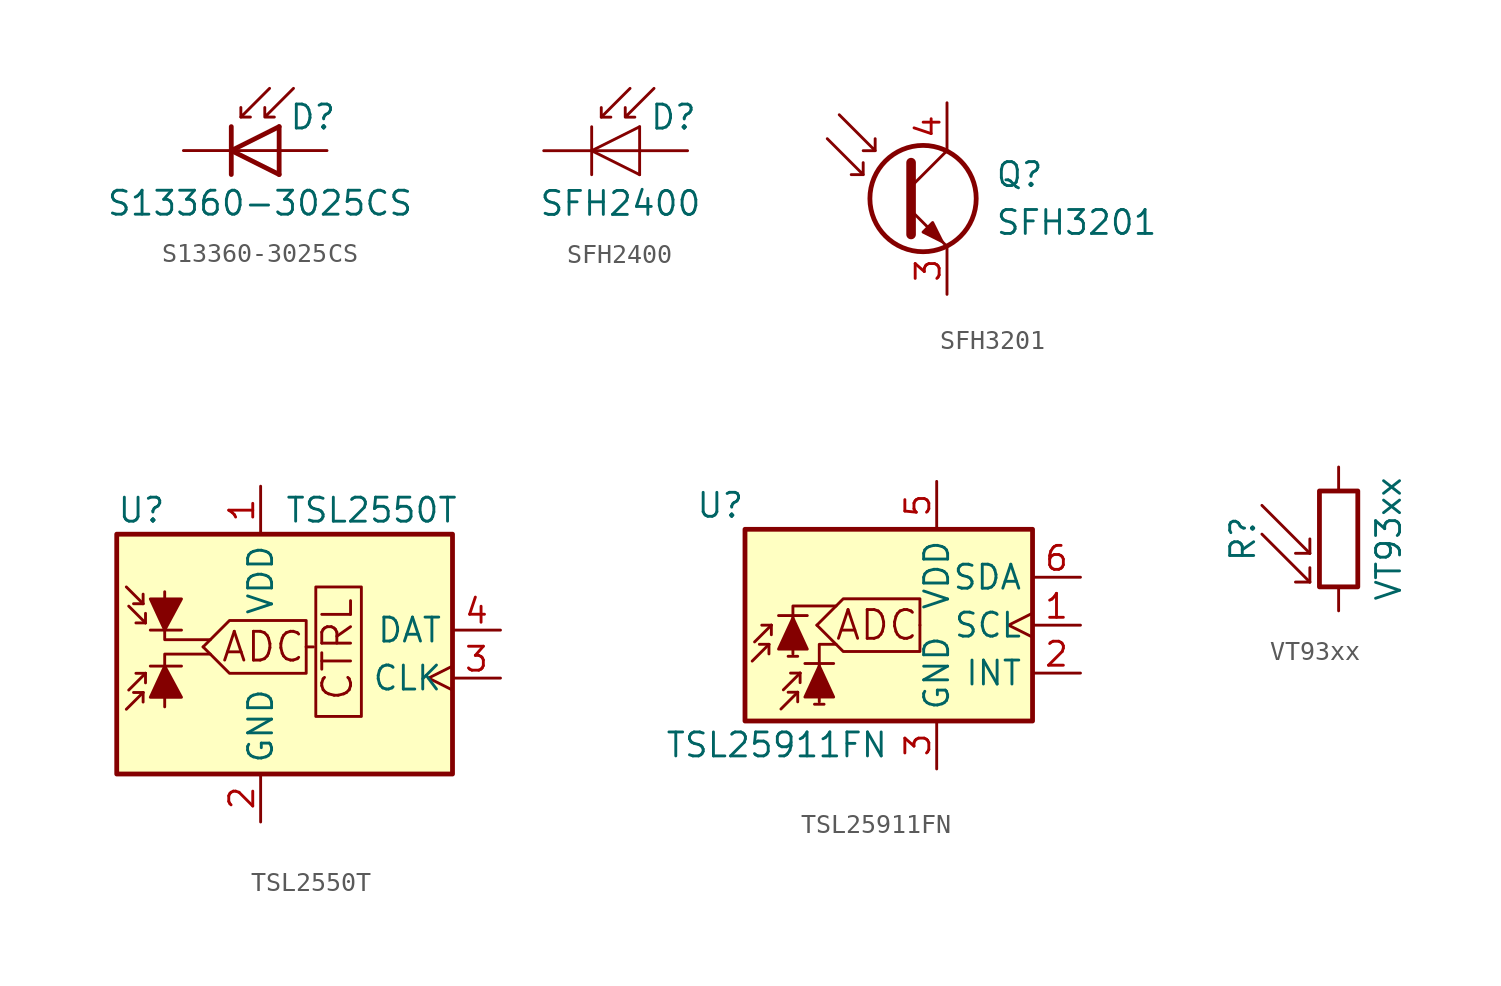
<source format=kicad_sym>
(kicad_symbol_lib
  (version 20231120)
  (generator "kicad_symbol_editor")
  (generator_version "8.0")
  (symbol "S13360-3025CS"
    (pin_numbers hide)
    (pin_names hide)
    (property "Reference" "D"
      (at 1.778 1.778 0)
      (effects (font (size 1.27 1.27)) (justify left)))
    (property "Value" "S13360-3025CS"
      (at 0.254 -2.794 0)
      (effects (font (size 1.27 1.27))))
    (symbol "S13360-3025CS_0_1"
      (polyline (pts (xy -1.27 0) (xy 1.27 0)) (stroke (width 0) (type default)) (fill (type none)))
      (polyline (pts (xy -1.27 1.27) (xy -1.27 -1.27)) (stroke (width 0.254) (type default)) (fill (type none)))
      (polyline (pts (xy -0.762 1.778) (xy -0.254 1.778)) (stroke (width 0) (type default)) (fill (type none)))
      (polyline (pts (xy 1.27 1.27) (xy 1.27 -1.27)) (stroke (width 0.254) (type default)) (fill (type none)))
      (polyline (pts (xy 0.762 3.302) (xy -0.762 1.778) (xy -0.762 2.286)) (stroke (width 0) (type default)) (fill (type none)))
      (polyline (pts (xy 1.27 1.27) (xy -1.27 0) (xy 1.27 -1.27)) (stroke (width 0.254) (type default)) (fill (type none)))
      (polyline (pts (xy 2.032 3.302) (xy 0.508 1.778) (xy 0.508 2.286) (xy 0.508 1.778) (xy 1.016 1.778)) (stroke (width 0) (type default)) (fill (type none))))
    (symbol "S13360-3025CS_1_1"
      (pin passive line (at 3.81 0 180) (length 2.54) (name "A" (effects (font (size 1.27 1.27)))) (number "1" (effects (font (size 1.27 1.27)))))
      (pin passive line (at -3.81 0 0) (length 2.54) (name "K" (effects (font (size 1.27 1.27)))) (number "2" (effects (font (size 1.27 1.27)))))))
  (symbol "SFH2400"
    (pin_numbers hide)
    (pin_names hide)
    (property "Reference" "D"
      (at 0.508 1.778 0)
      (effects (font (size 1.27 1.27)) (justify left)))
    (property "Value" "SFH2400"
      (at -1.016 -2.794 0)
      (effects (font (size 1.27 1.27))))
    (symbol "SFH2400_0_1"
      (polyline (pts (xy -2.54 1.27) (xy -2.54 -1.27)) (stroke (width 0.152) (type default)) (fill (type none)))
      (polyline (pts (xy -2.032 1.778) (xy -1.524 1.778)) (stroke (width 0) (type default)) (fill (type none)))
      (polyline (pts (xy 0 0) (xy -2.54 0)) (stroke (width 0) (type default)) (fill (type none)))
      (polyline (pts (xy 0 1.27) (xy 0 -1.27)) (stroke (width 0) (type default)) (fill (type none)))
      (polyline (pts (xy -0.508 3.302) (xy -2.032 1.778) (xy -2.032 2.286)) (stroke (width 0) (type default)) (fill (type none)))
      (polyline (pts (xy 0 1.27) (xy -2.54 0) (xy 0 -1.27)) (stroke (width 0) (type default)) (fill (type none)))
      (polyline (pts (xy 0.762 3.302) (xy -0.762 1.778) (xy -0.762 2.286) (xy -0.762 1.778) (xy -0.254 1.778)) (stroke (width 0) (type default)) (fill (type none))))
    (symbol "SFH2400_1_1"
      (pin passive line (at -5.08 0 0) (length 2.54) (name "K" (effects (font (size 1.27 1.27)))) (number "1" (effects (font (size 1.27 1.27)))))
      (pin passive line (at 2.54 0 180) (length 2.54) (name "A" (effects (font (size 1.27 1.27)))) (number "2" (effects (font (size 1.27 1.27)))))))
  (symbol "SFH3201"
    (pin_names hide)
    (property "Reference" "Q"
      (at 2.54 1.27 0)
      (effects (font (size 1.27 1.27)) (justify left)))
    (property "Value" "SFH3201"
      (at 2.54 -1.27 0)
      (effects (font (size 1.27 1.27)) (justify left)))
    (symbol "SFH3201_0_1"
      (circle (center -1.27 0) (radius 2.819) (stroke (width 0.254) (type default)) (fill (type none)))
      (polyline (pts (xy -4.445 1.27) (xy -5.08 1.27)) (stroke (width 0) (type default)) (fill (type none)))
      (polyline (pts (xy -3.81 2.54) (xy -4.445 2.54)) (stroke (width 0) (type default)) (fill (type none)))
      (polyline (pts (xy -1.905 0.635) (xy 0 2.54)) (stroke (width 0) (type default)) (fill (type none)))
      (polyline (pts (xy -6.35 3.175) (xy -4.445 1.27) (xy -4.445 1.905)) (stroke (width 0) (type default)) (fill (type none)))
      (polyline (pts (xy -5.715 4.445) (xy -3.81 2.54) (xy -3.81 3.175)) (stroke (width 0) (type default)) (fill (type none)))
      (polyline (pts (xy -1.905 -0.635) (xy 0 -2.54) (xy 0 -2.54)) (stroke (width 0) (type default)) (fill (type none)))
      (polyline (pts (xy -1.905 1.905) (xy -1.905 -1.905) (xy -1.905 -1.905)) (stroke (width 0.508) (type default)) (fill (type none)))
      (polyline (pts (xy -1.27 -1.778) (xy -0.762 -1.27) (xy -0.254 -2.286) (xy -1.27 -1.778) (xy -1.27 -1.778)) (stroke (width 0) (type default)) (fill (type outline))))
    (symbol "SFH3201_1_1"
      (pin passive line (at 0 -5.08 90) (length 2.54) (name "E" (effects (font (size 1.27 1.27)))) (number "3" (effects (font (size 1.27 1.27)))))
      (pin passive line (at 0 5.08 270) (length 2.54) (name "C" (effects (font (size 1.27 1.27)))) (number "4" (effects (font (size 1.27 1.27)))))))
  (symbol "TSL2550T"
    (property "Reference" "U"
      (at -7.62 6.35 0)
      (effects (font (size 1.27 1.27)) (justify left)))
    (property "Value" "TSL2550T"
      (at 1.27 6.35 0)
      (effects (font (size 1.27 1.27)) (justify left)))
    (symbol "TSL2550T_0_0"
      (polyline (pts (xy 2.413 -0.889) (xy 2.794 -0.889)) (stroke (width 0) (type default)) (fill (type none)))
      (polyline (pts (xy -5.08 -4.064) (xy -5.08 -1.27) (xy -2.667 -1.27)) (stroke (width 0) (type default)) (fill (type none)))
      (polyline (pts (xy -5.08 2.032) (xy -5.08 -0.508) (xy -2.667 -0.508)) (stroke (width 0) (type default)) (fill (type none)))
      (polyline (pts (xy -3.048 -0.889) (xy -1.651 -2.286) (xy 2.413 -2.286) (xy 2.413 -0.889)) (stroke (width 0) (type default)) (fill (type none)))
      (polyline (pts (xy -3.048 -0.889) (xy -1.651 0.508) (xy 2.413 0.508) (xy 2.413 -0.889)) (stroke (width 0) (type default)) (fill (type none)))
      (rectangle (start 2.921 2.286) (end 5.334 -4.572) (stroke (width 0) (type default)) (fill (type none)))
      (text "ADC" (at 0.127 -0.889 0) (effects (font (size 1.524 1.524))))
      (text "CTRL" (at 4.064 -1.016 900) (effects (font (size 1.524 1.524)))))
    (symbol "TSL2550T_0_1"
      (polyline (pts (xy -6.223 -3.302) (xy -7.112 -4.191)) (stroke (width 0) (type default)) (fill (type none)))
      (polyline (pts (xy -6.223 -3.302) (xy -6.731 -3.302)) (stroke (width 0) (type default)) (fill (type none)))
      (polyline (pts (xy -6.223 -3.302) (xy -6.223 -3.81)) (stroke (width 0) (type default)) (fill (type none)))
      (polyline (pts (xy -6.223 1.397) (xy -7.112 2.286)) (stroke (width 0) (type default)) (fill (type none)))
      (polyline (pts (xy -6.223 1.397) (xy -6.731 1.397)) (stroke (width 0) (type default)) (fill (type none)))
      (polyline (pts (xy -6.223 1.397) (xy -6.223 1.905)) (stroke (width 0) (type default)) (fill (type none)))
      (polyline (pts (xy -6.096 -2.286) (xy -6.985 -3.175)) (stroke (width 0) (type default)) (fill (type none)))
      (polyline (pts (xy -6.096 -2.286) (xy -6.604 -2.286)) (stroke (width 0) (type default)) (fill (type none)))
      (polyline (pts (xy -6.096 -2.286) (xy -6.096 -2.794)) (stroke (width 0) (type default)) (fill (type none)))
      (polyline (pts (xy -6.096 0.381) (xy -6.985 1.27)) (stroke (width 0) (type default)) (fill (type none)))
      (polyline (pts (xy -6.096 0.381) (xy -6.604 0.381)) (stroke (width 0) (type default)) (fill (type none)))
      (polyline (pts (xy -6.096 0.381) (xy -6.096 0.889)) (stroke (width 0) (type default)) (fill (type none)))
      (polyline (pts (xy -5.842 -1.905) (xy -4.191 -1.905)) (stroke (width 0) (type default)) (fill (type none)))
      (polyline (pts (xy -5.842 0) (xy -4.191 0)) (stroke (width 0) (type default)) (fill (type none)))
      (polyline (pts (xy -5.842 -3.556) (xy -4.191 -3.556) (xy -5.08 -1.905) (xy -5.842 -3.556)) (stroke (width 0) (type default)) (fill (type outline)))
      (polyline (pts (xy -5.842 1.651) (xy -4.191 1.651) (xy -5.08 0) (xy -5.842 1.651)) (stroke (width 0) (type default)) (fill (type outline)))
      (rectangle (start 10.16 5.08) (end -7.62 -7.62) (stroke (width 0.254) (type default)) (fill (type background))))
    (symbol "TSL2550T_1_1"
      (pin power_in line (at 0 7.62 270) (length 2.54) (name "VDD" (effects (font (size 1.27 1.27)))) (number "1" (effects (font (size 1.27 1.27)))))
      (pin power_in line (at 0 -10.16 90) (length 2.54) (name "GND" (effects (font (size 1.27 1.27)))) (number "2" (effects (font (size 1.27 1.27)))))
      (pin input clock (at 12.7 -2.54 180) (length 2.54) (name "CLK" (effects (font (size 1.27 1.27)))) (number "3" (effects (font (size 1.27 1.27)))))
      (pin bidirectional line (at 12.7 0 180) (length 2.54) (name "DAT" (effects (font (size 1.27 1.27)))) (number "4" (effects (font (size 1.27 1.27)))))))
  (symbol "TSL25911FN"
    (property "Reference" "U"
      (at -7.62 6.35 0)
      (effects (font (size 1.27 1.27)) (justify right)))
    (property "Value" "TSL25911FN"
      (at 0 -6.35 0)
      (effects (font (size 1.27 1.27)) (justify right)))
    (symbol "TSL25911FN_0_0"
      (text "ADC" (at -0.635 0 0) (effects (font (size 1.524 1.524)))))
    (symbol "TSL25911FN_0_1"
      (polyline (pts (xy -6.35 -1.016) (xy -7.239 -1.905)) (stroke (width 0) (type default)) (fill (type none)))
      (polyline (pts (xy -6.35 -1.016) (xy -6.858 -1.016)) (stroke (width 0) (type default)) (fill (type none)))
      (polyline (pts (xy -6.35 -1.016) (xy -6.35 -1.524)) (stroke (width 0) (type default)) (fill (type none)))
      (polyline (pts (xy -6.223 0) (xy -7.112 -0.889)) (stroke (width 0) (type default)) (fill (type none)))
      (polyline (pts (xy -6.223 0) (xy -6.731 0)) (stroke (width 0) (type default)) (fill (type none)))
      (polyline (pts (xy -6.223 0) (xy -6.223 -0.508)) (stroke (width 0) (type default)) (fill (type none)))
      (polyline (pts (xy -4.826 -3.556) (xy -5.715 -4.445)) (stroke (width 0) (type default)) (fill (type none)))
      (polyline (pts (xy -4.826 -3.556) (xy -5.334 -3.556)) (stroke (width 0) (type default)) (fill (type none)))
      (polyline (pts (xy -4.826 -3.556) (xy -4.826 -4.064)) (stroke (width 0) (type default)) (fill (type none)))
      (polyline (pts (xy -4.699 -2.54) (xy -5.588 -3.429)) (stroke (width 0) (type default)) (fill (type none)))
      (polyline (pts (xy -4.699 -2.54) (xy -5.207 -2.54)) (stroke (width 0) (type default)) (fill (type none)))
      (polyline (pts (xy -4.699 -2.54) (xy -4.699 -3.048)) (stroke (width 0) (type default)) (fill (type none)))
      (polyline (pts (xy -4.318 0.508) (xy -5.842 0.508)) (stroke (width 0) (type default)) (fill (type none)))
      (polyline (pts (xy -2.921 -2.032) (xy -4.445 -2.032)) (stroke (width 0) (type default)) (fill (type none)))
      (polyline (pts (xy -4.318 -1.27) (xy -5.842 -1.27) (xy -5.08 0.381) (xy -4.318 -1.27)) (stroke (width 0) (type default)) (fill (type outline)))
      (polyline (pts (xy -2.921 -3.81) (xy -4.445 -3.81) (xy -3.683 -2.159) (xy -2.921 -3.81)) (stroke (width 0) (type default)) (fill (type outline))))
    (symbol "TSL25911FN_1_0"
      (polyline (pts (xy -3.81 0) (xy -2.413 -1.397) (xy 1.651 -1.397) (xy 1.651 0)) (stroke (width 0) (type default)) (fill (type none)))
      (polyline (pts (xy -3.81 0) (xy -2.413 1.397) (xy 1.651 1.397) (xy 1.651 0)) (stroke (width 0) (type default)) (fill (type none))))
    (symbol "TSL25911FN_1_1"
      (rectangle (start -7.62 5.08) (end 7.62 -5.08) (stroke (width 0.254) (type default)) (fill (type background)))
      (polyline (pts (xy -4.826 -1.651) (xy -5.334 -1.651)) (stroke (width 0) (type default)) (fill (type none)))
      (polyline (pts (xy -3.429 -4.191) (xy -3.937 -4.191)) (stroke (width 0) (type default)) (fill (type none)))
      (polyline (pts (xy -5.08 -1.524) (xy -5.08 1.016) (xy -2.794 1.016)) (stroke (width 0) (type default)) (fill (type none)))
      (polyline (pts (xy -3.683 -4.064) (xy -3.683 -1.016) (xy -2.794 -1.016)) (stroke (width 0) (type default)) (fill (type none)))
      (pin input clock (at 10.16 0 180) (length 2.54) (name "SCL" (effects (font (size 1.27 1.27)))) (number "1" (effects (font (size 1.27 1.27)))))
      (pin open_collector line (at 10.16 -2.54 180) (length 2.54) (name "INT" (effects (font (size 1.27 1.27)))) (number "2" (effects (font (size 1.27 1.27)))))
      (pin power_in line (at 2.54 -7.62 90) (length 2.54) (name "GND" (effects (font (size 1.27 1.27)))) (number "3" (effects (font (size 1.27 1.27)))))
      (pin no_connect line (at -7.62 2.54 0) (length 2.54) hide (name "NC" (effects (font (size 1.27 1.27)))) (number "4" (effects (font (size 1.27 1.27)))))
      (pin power_in line (at 2.54 7.62 270) (length 2.54) (name "VDD" (effects (font (size 1.27 1.27)))) (number "5" (effects (font (size 1.27 1.27)))))
      (pin bidirectional line (at 10.16 2.54 180) (length 2.54) (name "SDA" (effects (font (size 1.27 1.27)))) (number "6" (effects (font (size 1.27 1.27)))))))
  (symbol "VT93xx"
    (pin_numbers hide)
    (pin_names
      (offset 0))
    (property "Reference" "R"
      (at -5.08 0 90)
      (effects (font (size 1.27 1.27))))
    (property "Value" "VT93xx"
      (at 1.905 0 90)
      (effects (font (size 1.27 1.27)) (justify top)))
    (symbol "VT93xx_0_1"
      (rectangle (start -1.016 2.54) (end 1.016 -2.54) (stroke (width 0.254) (type default)) (fill (type none)))
      (polyline (pts (xy -1.524 -2.286) (xy -4.064 0.254)) (stroke (width 0) (type default)) (fill (type none)))
      (polyline (pts (xy -1.524 -2.286) (xy -2.286 -2.286)) (stroke (width 0) (type default)) (fill (type none)))
      (polyline (pts (xy -1.524 -2.286) (xy -1.524 -1.524)) (stroke (width 0) (type default)) (fill (type none)))
      (polyline (pts (xy -1.524 -0.762) (xy -4.064 1.778)) (stroke (width 0) (type default)) (fill (type none)))
      (polyline (pts (xy -1.524 -0.762) (xy -2.286 -0.762)) (stroke (width 0) (type default)) (fill (type none)))
      (polyline (pts (xy -1.524 -0.762) (xy -1.524 0)) (stroke (width 0) (type default)) (fill (type none))))
    (symbol "VT93xx_1_1"
      (pin passive line (at 0 3.81 270) (length 1.27) (name "~" (effects (font (size 1.27 1.27)))) (number "1" (effects (font (size 1.27 1.27)))))
      (pin passive line (at 0 -3.81 90) (length 1.27) (name "~" (effects (font (size 1.27 1.27)))) (number "2" (effects (font (size 1.27 1.27))))))))
</source>
